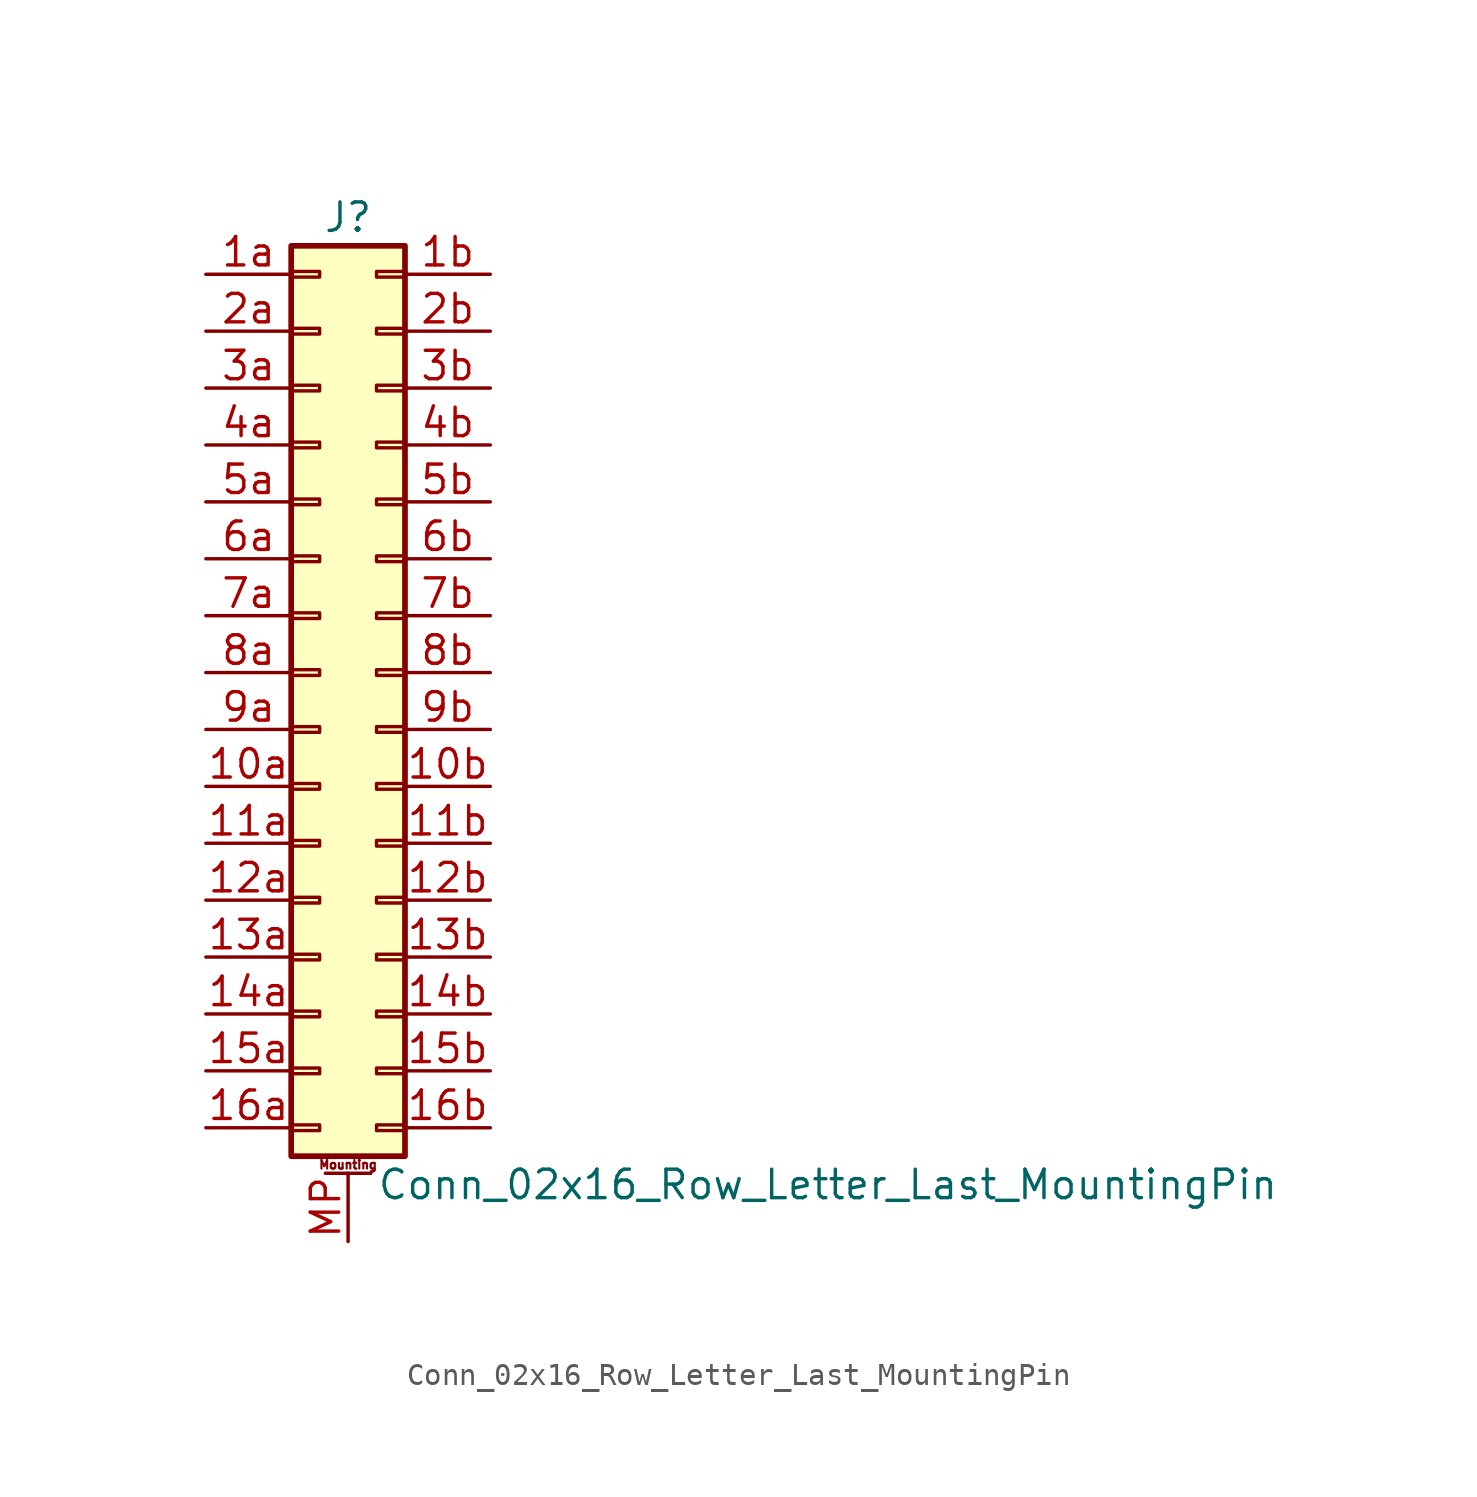
<source format=kicad_sym>
(kicad_symbol_lib
  (version 20201005)
  (generator kicad_symbol_editor)
  (symbol "Connector_Generic_MountingPin:Conn_02x16_Row_Letter_Last_MountingPin"
    (pin_names
      (offset 1.016) hide)
    (property "Reference" "J"
      (at 1.27 20.32 0)
      (effects (font (size 1.27 1.27))))
    (property "Value" "Conn_02x16_Row_Letter_Last_MountingPin"
      (at 2.54 -22.86 0)
      (effects (font (size 1.27 1.27)) (justify left)))
    (symbol "Conn_02x16_Row_Letter_Last_MountingPin_1_1"
      (text "Mounting" (at 1.27 -21.971 0) (effects (font (size 0.381 0.381))))
      (rectangle (start -1.27 -4.953) (end 0 -5.207) (stroke (width 0.152)) (fill (type none)))
      (rectangle (start -1.27 -7.493) (end 0 -7.747) (stroke (width 0.152)) (fill (type none)))
      (rectangle (start -1.27 -10.033) (end 0 -10.287) (stroke (width 0.152)) (fill (type none)))
      (rectangle (start -1.27 -12.573) (end 0 -12.827) (stroke (width 0.152)) (fill (type none)))
      (rectangle (start -1.27 -15.113) (end 0 -15.367) (stroke (width 0.152)) (fill (type none)))
      (rectangle (start -1.27 -17.653) (end 0 -17.907) (stroke (width 0.152)) (fill (type none)))
      (rectangle (start -1.27 -20.193) (end 0 -20.447) (stroke (width 0.152)) (fill (type none)))
      (rectangle (start -1.27 -2.413) (end 0 -2.667) (stroke (width 0.152)) (fill (type none)))
      (rectangle (start -1.27 2.667) (end 0 2.413) (stroke (width 0.152)) (fill (type none)))
      (rectangle (start -1.27 5.207) (end 0 4.953) (stroke (width 0.152)) (fill (type none)))
      (rectangle (start -1.27 7.747) (end 0 7.493) (stroke (width 0.152)) (fill (type none)))
      (rectangle (start -1.27 10.287) (end 0 10.033) (stroke (width 0.152)) (fill (type none)))
      (rectangle (start -1.27 0.127) (end 0 -0.127) (stroke (width 0.152)) (fill (type none)))
      (rectangle (start -1.27 12.827) (end 0 12.573) (stroke (width 0.152)) (fill (type none)))
      (rectangle (start -1.27 15.367) (end 0 15.113) (stroke (width 0.152)) (fill (type none)))
      (rectangle (start -1.27 17.907) (end 0 17.653) (stroke (width 0.152)) (fill (type none)))
      (rectangle (start -1.27 19.05) (end 3.81 -21.59) (stroke (width 0.254)) (fill (type background)))
      (rectangle (start 3.81 -4.953) (end 2.54 -5.207) (stroke (width 0.152)) (fill (type none)))
      (rectangle (start 3.81 -7.493) (end 2.54 -7.747) (stroke (width 0.152)) (fill (type none)))
      (rectangle (start 3.81 -10.033) (end 2.54 -10.287) (stroke (width 0.152)) (fill (type none)))
      (rectangle (start 3.81 -12.573) (end 2.54 -12.827) (stroke (width 0.152)) (fill (type none)))
      (rectangle (start 3.81 -15.113) (end 2.54 -15.367) (stroke (width 0.152)) (fill (type none)))
      (rectangle (start 3.81 -17.653) (end 2.54 -17.907) (stroke (width 0.152)) (fill (type none)))
      (rectangle (start 3.81 -20.193) (end 2.54 -20.447) (stroke (width 0.152)) (fill (type none)))
      (rectangle (start 3.81 -2.413) (end 2.54 -2.667) (stroke (width 0.152)) (fill (type none)))
      (rectangle (start 3.81 2.667) (end 2.54 2.413) (stroke (width 0.152)) (fill (type none)))
      (rectangle (start 3.81 5.207) (end 2.54 4.953) (stroke (width 0.152)) (fill (type none)))
      (rectangle (start 3.81 7.747) (end 2.54 7.493) (stroke (width 0.152)) (fill (type none)))
      (rectangle (start 3.81 10.287) (end 2.54 10.033) (stroke (width 0.152)) (fill (type none)))
      (rectangle (start 3.81 0.127) (end 2.54 -0.127) (stroke (width 0.152)) (fill (type none)))
      (rectangle (start 3.81 12.827) (end 2.54 12.573) (stroke (width 0.152)) (fill (type none)))
      (rectangle (start 3.81 15.367) (end 2.54 15.113) (stroke (width 0.152)) (fill (type none)))
      (rectangle (start 3.81 17.907) (end 2.54 17.653) (stroke (width 0.152)) (fill (type none)))
      (polyline (pts (xy 0.254 -22.352) (xy 2.286 -22.352)) (stroke (width 0.152)) (fill (type none)))
      (pin passive line (at 1.27 -25.4 90) (length 3.048) (name "MountPin" (effects (font (size 1.27 1.27)))) (number "MP" (effects (font (size 1.27 1.27)))))
      (pin passive line (at -5.08 -5.08 0) (length 3.81) (name "Pin_10a" (effects (font (size 1.27 1.27)))) (number "10a" (effects (font (size 1.27 1.27)))))
      (pin passive line (at 7.62 -5.08 180) (length 3.81) (name "Pin_10b" (effects (font (size 1.27 1.27)))) (number "10b" (effects (font (size 1.27 1.27)))))
      (pin passive line (at -5.08 -7.62 0) (length 3.81) (name "Pin_11a" (effects (font (size 1.27 1.27)))) (number "11a" (effects (font (size 1.27 1.27)))))
      (pin passive line (at 7.62 -7.62 180) (length 3.81) (name "Pin_11b" (effects (font (size 1.27 1.27)))) (number "11b" (effects (font (size 1.27 1.27)))))
      (pin passive line (at -5.08 -10.16 0) (length 3.81) (name "Pin_12a" (effects (font (size 1.27 1.27)))) (number "12a" (effects (font (size 1.27 1.27)))))
      (pin passive line (at 7.62 -10.16 180) (length 3.81) (name "Pin_12b" (effects (font (size 1.27 1.27)))) (number "12b" (effects (font (size 1.27 1.27)))))
      (pin passive line (at -5.08 -12.7 0) (length 3.81) (name "Pin_13a" (effects (font (size 1.27 1.27)))) (number "13a" (effects (font (size 1.27 1.27)))))
      (pin passive line (at 7.62 -12.7 180) (length 3.81) (name "Pin_13b" (effects (font (size 1.27 1.27)))) (number "13b" (effects (font (size 1.27 1.27)))))
      (pin passive line (at -5.08 -15.24 0) (length 3.81) (name "Pin_14a" (effects (font (size 1.27 1.27)))) (number "14a" (effects (font (size 1.27 1.27)))))
      (pin passive line (at 7.62 -15.24 180) (length 3.81) (name "Pin_14b" (effects (font (size 1.27 1.27)))) (number "14b" (effects (font (size 1.27 1.27)))))
      (pin passive line (at -5.08 -17.78 0) (length 3.81) (name "Pin_15a" (effects (font (size 1.27 1.27)))) (number "15a" (effects (font (size 1.27 1.27)))))
      (pin passive line (at 7.62 -17.78 180) (length 3.81) (name "Pin_15b" (effects (font (size 1.27 1.27)))) (number "15b" (effects (font (size 1.27 1.27)))))
      (pin passive line (at -5.08 -20.32 0) (length 3.81) (name "Pin_16a" (effects (font (size 1.27 1.27)))) (number "16a" (effects (font (size 1.27 1.27)))))
      (pin passive line (at 7.62 -20.32 180) (length 3.81) (name "Pin_16b" (effects (font (size 1.27 1.27)))) (number "16b" (effects (font (size 1.27 1.27)))))
      (pin passive line (at -5.08 17.78 0) (length 3.81) (name "Pin_1a" (effects (font (size 1.27 1.27)))) (number "1a" (effects (font (size 1.27 1.27)))))
      (pin passive line (at 7.62 17.78 180) (length 3.81) (name "Pin_1b" (effects (font (size 1.27 1.27)))) (number "1b" (effects (font (size 1.27 1.27)))))
      (pin passive line (at -5.08 15.24 0) (length 3.81) (name "Pin_2a" (effects (font (size 1.27 1.27)))) (number "2a" (effects (font (size 1.27 1.27)))))
      (pin passive line (at 7.62 15.24 180) (length 3.81) (name "Pin_2b" (effects (font (size 1.27 1.27)))) (number "2b" (effects (font (size 1.27 1.27)))))
      (pin passive line (at -5.08 12.7 0) (length 3.81) (name "Pin_3a" (effects (font (size 1.27 1.27)))) (number "3a" (effects (font (size 1.27 1.27)))))
      (pin passive line (at 7.62 12.7 180) (length 3.81) (name "Pin_3b" (effects (font (size 1.27 1.27)))) (number "3b" (effects (font (size 1.27 1.27)))))
      (pin passive line (at -5.08 10.16 0) (length 3.81) (name "Pin_4a" (effects (font (size 1.27 1.27)))) (number "4a" (effects (font (size 1.27 1.27)))))
      (pin passive line (at 7.62 10.16 180) (length 3.81) (name "Pin_4b" (effects (font (size 1.27 1.27)))) (number "4b" (effects (font (size 1.27 1.27)))))
      (pin passive line (at -5.08 7.62 0) (length 3.81) (name "Pin_5a" (effects (font (size 1.27 1.27)))) (number "5a" (effects (font (size 1.27 1.27)))))
      (pin passive line (at 7.62 7.62 180) (length 3.81) (name "Pin_5b" (effects (font (size 1.27 1.27)))) (number "5b" (effects (font (size 1.27 1.27)))))
      (pin passive line (at -5.08 5.08 0) (length 3.81) (name "Pin_6a" (effects (font (size 1.27 1.27)))) (number "6a" (effects (font (size 1.27 1.27)))))
      (pin passive line (at 7.62 5.08 180) (length 3.81) (name "Pin_6b" (effects (font (size 1.27 1.27)))) (number "6b" (effects (font (size 1.27 1.27)))))
      (pin passive line (at -5.08 2.54 0) (length 3.81) (name "Pin_7a" (effects (font (size 1.27 1.27)))) (number "7a" (effects (font (size 1.27 1.27)))))
      (pin passive line (at 7.62 2.54 180) (length 3.81) (name "Pin_7b" (effects (font (size 1.27 1.27)))) (number "7b" (effects (font (size 1.27 1.27)))))
      (pin passive line (at -5.08 0 0) (length 3.81) (name "Pin_8a" (effects (font (size 1.27 1.27)))) (number "8a" (effects (font (size 1.27 1.27)))))
      (pin passive line (at 7.62 0 180) (length 3.81) (name "Pin_8b" (effects (font (size 1.27 1.27)))) (number "8b" (effects (font (size 1.27 1.27)))))
      (pin passive line (at -5.08 -2.54 0) (length 3.81) (name "Pin_9a" (effects (font (size 1.27 1.27)))) (number "9a" (effects (font (size 1.27 1.27)))))
      (pin passive line (at 7.62 -2.54 180) (length 3.81) (name "Pin_9b" (effects (font (size 1.27 1.27)))) (number "9b" (effects (font (size 1.27 1.27))))))))
</source>
